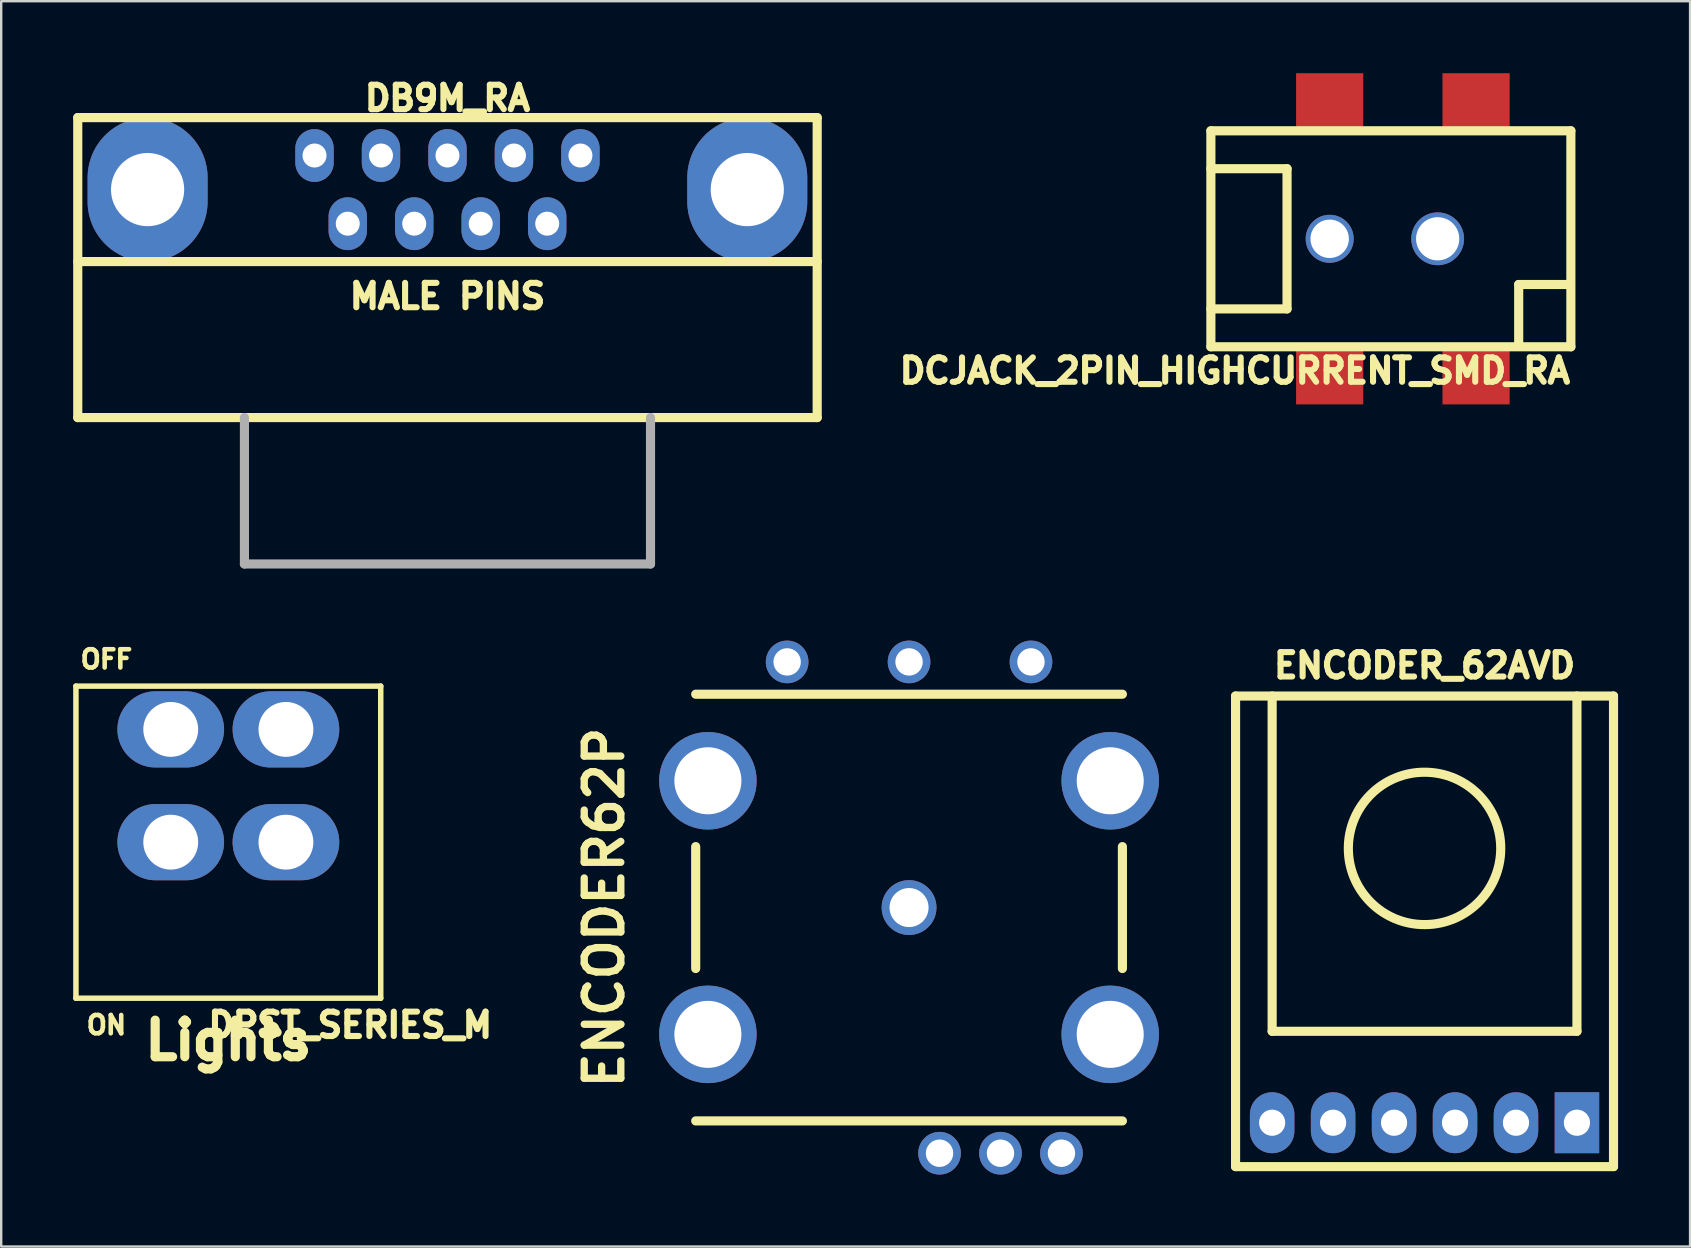
<source format=kicad_pcb>
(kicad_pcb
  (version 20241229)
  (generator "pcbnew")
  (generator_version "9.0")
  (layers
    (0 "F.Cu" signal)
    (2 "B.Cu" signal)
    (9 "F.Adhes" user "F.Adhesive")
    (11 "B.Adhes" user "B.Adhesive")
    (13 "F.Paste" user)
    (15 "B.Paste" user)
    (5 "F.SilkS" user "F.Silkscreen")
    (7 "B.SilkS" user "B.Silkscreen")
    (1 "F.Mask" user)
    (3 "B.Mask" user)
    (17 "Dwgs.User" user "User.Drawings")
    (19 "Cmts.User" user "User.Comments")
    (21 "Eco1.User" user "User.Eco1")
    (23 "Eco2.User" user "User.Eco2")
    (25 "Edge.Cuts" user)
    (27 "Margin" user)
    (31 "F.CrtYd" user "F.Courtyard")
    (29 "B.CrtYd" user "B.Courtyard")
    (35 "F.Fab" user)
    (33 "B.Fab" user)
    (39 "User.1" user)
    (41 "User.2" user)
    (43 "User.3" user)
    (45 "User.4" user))
  (footprint "DCJACK_2PIN_HIGHCURRENT_SMD_RA"
    (layer "F.Cu")
    (at 55.404 6.9)
    (property "Reference" "DCJACK_2PIN_HIGHCURRENT_SMD_RA" (at -7 5.5 0) (layer "F.SilkS") (effects (font (size 1.016 1.016) (thickness 0.254))))
    (attr through_hole)
    (fp_line (start -8.001 -2.921) (end -4.826 -2.921) (stroke (width 0.381) (type solid)) (layer "F.SilkS"))
    (fp_line (start -8 -4.5) (end -8 4.5) (stroke (width 0.381) (type solid)) (layer "F.SilkS"))
    (fp_line (start -8 4.5) (end 7 4.5) (stroke (width 0.381) (type solid)) (layer "F.SilkS"))
    (fp_line (start -4.826 -2.921) (end -4.826 2.921) (stroke (width 0.381) (type solid)) (layer "F.SilkS"))
    (fp_line (start -4.826 2.921) (end -8.001 2.921) (stroke (width 0.381) (type solid)) (layer "F.SilkS"))
    (fp_line (start 4.826 1.905) (end 6.985 1.905) (stroke (width 0.381) (type solid)) (layer "F.SilkS"))
    (fp_line (start 4.826 4.445) (end 4.826 1.905) (stroke (width 0.381) (type solid)) (layer "F.SilkS"))
    (fp_line (start 7 -4.5) (end -8 -4.5) (stroke (width 0.381) (type solid)) (layer "F.SilkS"))
    (fp_line (start 7 4.5) (end 7 -4.5) (stroke (width 0.381) (type solid)) (layer "F.SilkS"))
    (pad "" thru_hole circle (at -3.05 0) (size 2 2) (drill 1.6) (layers "*.Cu" "*.Mask"))
    (pad "" thru_hole circle (at 1.45 0) (size 2.2 2.2) (drill 1.8) (layers "*.Cu" "*.Mask"))
    (pad "1" smd rect (at -3.05 -5.7) (size 2.8 2.4) (layers "F.Cu" "F.Mask" "F.Paste"))
    (pad "1" smd rect (at 3.05 -5.7) (size 2.8 2.4) (layers "F.Cu" "F.Mask" "F.Paste"))
    (pad "2" smd rect (at -3.05 5.7) (size 2.8 2.4) (layers "F.Cu" "F.Mask" "F.Paste"))
    (pad "3" smd rect (at 3.05 5.7) (size 2.8 2.4) (layers "F.Cu" "F.Mask" "F.Paste")))
  (footprint "ENCODER_62AVD"
    (layer "F.Cu")
    (at 56.307 32.301)
    (property "Reference" "ENCODER_62AVD" (at 0 -7.62 0) (layer "F.SilkS") (effects (font (size 1.016 1.016) (thickness 0.254))))
    (attr through_hole)
    (fp_line (start -7.874 -6.35) (end -7.874 13.259) (stroke (width 0.381) (type solid)) (layer "F.SilkS"))
    (fp_line (start -7.874 13.259) (end 7.874 13.259) (stroke (width 0.381) (type solid)) (layer "F.SilkS"))
    (fp_line (start -6.35 -6.35) (end -6.35 7.62) (stroke (width 0.381) (type solid)) (layer "F.SilkS"))
    (fp_line (start -6.35 7.62) (end 6.35 7.62) (stroke (width 0.381) (type solid)) (layer "F.SilkS"))
    (fp_line (start 6.35 7.62) (end 6.35 -6.35) (stroke (width 0.381) (type solid)) (layer "F.SilkS"))
    (fp_line (start 7.874 -6.35) (end -7.874 -6.35) (stroke (width 0.381) (type solid)) (layer "F.SilkS"))
    (fp_line (start 7.874 -6.35) (end 7.874 13.259) (stroke (width 0.381) (type solid)) (layer "F.SilkS"))
    (fp_circle (center 0 0) (end 3.175 0) (stroke (width 0.381) (type solid)) (fill no) (layer "F.SilkS"))
    (pad "1" thru_hole rect (at 6.35 11.43) (size 1.854 2.54) (drill 1.092) (layers "*.Cu" "*.Mask"))
    (pad "2" thru_hole oval (at 3.81 11.43) (size 1.854 2.54) (drill 1.092) (layers "*.Cu" "*.Mask"))
    (pad "3" thru_hole oval (at 1.27 11.43) (size 1.854 2.54) (drill 1.092) (layers "*.Cu" "*.Mask"))
    (pad "4" thru_hole oval (at -1.27 11.43) (size 1.854 2.54) (drill 1.092) (layers "*.Cu" "*.Mask"))
    (pad "5" thru_hole oval (at -3.81 11.43) (size 1.854 2.54) (drill 1.092) (layers "*.Cu" "*.Mask"))
    (pad "6" thru_hole oval (at -6.35 11.43) (size 1.854 2.54) (drill 1.092) (layers "*.Cu" "*.Mask")))
  (footprint "DPST_SERIES_M"
    (layer "F.Cu")
    (at 6.464 32.041)
    (property "Reference" "DPST_SERIES_M" (at 5.08 7.62 180) (layer "F.SilkS") (effects (font (size 1.016 1.016) (thickness 0.254))))
    (attr through_hole)
    (fp_line (start -6.35 -6.502) (end -6.35 6.502) (stroke (width 0.229) (type solid)) (layer "F.SilkS"))
    (fp_line (start -6.35 6.502) (end 6.35 6.502) (stroke (width 0.229) (type solid)) (layer "F.SilkS"))
    (fp_line (start 6.35 -6.502) (end -6.35 -6.502) (stroke (width 0.229) (type solid)) (layer "F.SilkS"))
    (fp_line (start 6.35 6.502) (end 6.35 -6.502) (stroke (width 0.229) (type solid)) (layer "F.SilkS"))
    (fp_text user "OFF" (at -5.08 -7.62 0) (layer "F.SilkS") (effects (font (size 0.762 0.762) (thickness 0.191))))
    (fp_text user "ON" (at -5.08 7.62 0) (layer "F.SilkS") (effects (font (size 0.762 0.762) (thickness 0.191))))
    (fp_text user "Lights" (at 0 8.255 0) (layer "F.SilkS") (effects (font (size 1.524 1.524) (thickness 0.381))))
    (pad "2" thru_hole oval (at -2.4 0) (size 4.445 3.175) (drill 2.286) (layers "*.Cu" "*.Mask"))
    (pad "3" thru_hole oval (at -2.4 -4.699) (size 4.445 3.175) (drill 2.286) (layers "*.Cu" "*.Mask"))
    (pad "5" thru_hole oval (at 2.4 0) (size 4.445 3.175) (drill 2.286) (layers "*.Cu" "*.Mask"))
    (pad "6" thru_hole oval (at 2.4 -4.699) (size 4.445 3.175) (drill 2.286) (layers "*.Cu" "*.Mask")))
  (footprint "ENCODER62P"
    (layer "F.Cu")
    (at 34.828 34.766)
    (property "Reference" "ENCODER62P" (at -12.7 0 90) (layer "F.SilkS") (effects (font (size 1.524 1.524) (thickness 0.305))))
    (attr through_hole)
    (fp_line (start -8.89 -2.54) (end -8.89 2.54) (stroke (width 0.381) (type solid)) (layer "F.SilkS"))
    (fp_line (start -8.89 8.89) (end 8.89 8.89) (stroke (width 0.381) (type solid)) (layer "F.SilkS"))
    (fp_line (start 8.89 -8.89) (end -8.89 -8.89) (stroke (width 0.381) (type solid)) (layer "F.SilkS"))
    (fp_line (start 8.89 2.54) (end 8.89 -2.54) (stroke (width 0.381) (type solid)) (layer "F.SilkS"))
    (pad "" thru_hole circle (at -8.382 -5.283) (size 4.064 4.064) (drill 2.794) (layers "*.Cu" "*.Mask"))
    (pad "" thru_hole circle (at -8.382 5.283) (size 4.064 4.064) (drill 2.794) (layers "*.Cu" "*.Mask"))
    (pad "" thru_hole circle (at 0 0) (size 2.286 2.286) (drill 1.626) (layers "*.Cu" "*.Mask"))
    (pad "" thru_hole circle (at 8.382 -5.283) (size 4.064 4.064) (drill 2.794) (layers "*.Cu" "*.Mask"))
    (pad "" thru_hole circle (at 8.382 5.283) (size 4.064 4.064) (drill 2.794) (layers "*.Cu" "*.Mask"))
    (pad "1" thru_hole circle (at 6.35 10.236) (size 1.778 1.778) (drill 1.143) (layers "*.Cu" "*.Mask"))
    (pad "2" thru_hole circle (at 3.81 10.236) (size 1.778 1.778) (drill 1.143) (layers "*.Cu" "*.Mask"))
    (pad "3" thru_hole circle (at 1.27 10.236) (size 1.778 1.778) (drill 1.143) (layers "*.Cu" "*.Mask"))
    (pad "4" thru_hole circle (at 5.08 -10.236) (size 1.778 1.778) (drill 1.143) (layers "*.Cu" "*.Mask"))
    (pad "5" thru_hole circle (at 0 -10.236) (size 1.778 1.778) (drill 1.143) (layers "*.Cu" "*.Mask"))
    (pad "6" thru_hole circle (at -5.08 -10.236) (size 1.778 1.778) (drill 1.143) (layers "*.Cu" "*.Mask")))
  (footprint "DB9M_RA"
    (layer "F.Cu")
    (at 15.595 4.85)
    (property "Reference" "DB9M_RA" (at 0 -3.81 0) (layer "F.SilkS") (effects (font (size 1.016 1.016) (thickness 0.254))))
    (attr through_hole)
    (fp_line (start -15.405 -3) (end -15.405 9.5) (stroke (width 0.381) (type solid)) (layer "F.SilkS"))
    (fp_line (start -15.405 -3) (end 15.405 -3) (stroke (width 0.381) (type solid)) (layer "F.SilkS"))
    (fp_line (start -15.405 3) (end 15.405 3) (stroke (width 0.381) (type solid)) (layer "F.SilkS"))
    (fp_line (start -15.405 9.5) (end 15.405 9.5) (stroke (width 0.381) (type solid)) (layer "F.SilkS"))
    (fp_line (start 15.405 -3) (end 15.405 9.5) (stroke (width 0.381) (type solid)) (layer "F.SilkS"))
    (fp_line (start -8.46 9.5) (end -8.46 15.6) (stroke (width 0.381) (type solid)) (layer "F.Fab"))
    (fp_line (start -8.46 15.6) (end 8.46 15.6) (stroke (width 0.381) (type solid)) (layer "F.Fab"))
    (fp_line (start 8.46 15.6) (end 8.46 9.5) (stroke (width 0.381) (type solid)) (layer "F.Fab"))
    (fp_text user "MALE PINS" (at 0 4.445 0) (layer "F.SilkS") (effects (font (size 1.016 1.016) (thickness 0.254))))
    (pad "" thru_hole oval (at -12.495 0) (size 5 6) (drill 3.05) (layers "*.Cu" "*.Mask"))
    (pad "" thru_hole oval (at 12.492 0) (size 5 6) (drill 3.05) (layers "*.Cu" "*.Mask"))
    (pad "1" thru_hole oval (at -5.54 -1.42) (size 1.6 2.2) (drill 1) (layers "*.Cu" "*.Mask"))
    (pad "2" thru_hole oval (at -2.77 -1.42) (size 1.6 2.2) (drill 1) (layers "*.Cu" "*.Mask"))
    (pad "3" thru_hole oval (at 0 -1.42) (size 1.6 2.2) (drill 1) (layers "*.Cu" "*.Mask"))
    (pad "4" thru_hole oval (at 2.77 -1.42) (size 1.6 2.2) (drill 1) (layers "*.Cu" "*.Mask"))
    (pad "5" thru_hole oval (at 5.54 -1.42) (size 1.6 2.2) (drill 1) (layers "*.Cu" "*.Mask"))
    (pad "6" thru_hole oval (at -4.155 1.42) (size 1.6 2.2) (drill 1) (layers "*.Cu" "*.Mask"))
    (pad "7" thru_hole oval (at -1.385 1.42) (size 1.6 2.2) (drill 1) (layers "*.Cu" "*.Mask"))
    (pad "8" thru_hole oval (at 1.385 1.42) (size 1.6 2.2) (drill 1) (layers "*.Cu" "*.Mask"))
    (pad "9" thru_hole oval (at 4.155 1.42) (size 1.6 2.2) (drill 1) (layers "*.Cu" "*.Mask")))
  (gr_rect
    (start -3 -3)
    (end 67.371 48.891)
    (stroke (width 0.1) (type default))
    (fill no)
    (layer "Edge.Cuts")))
</source>
